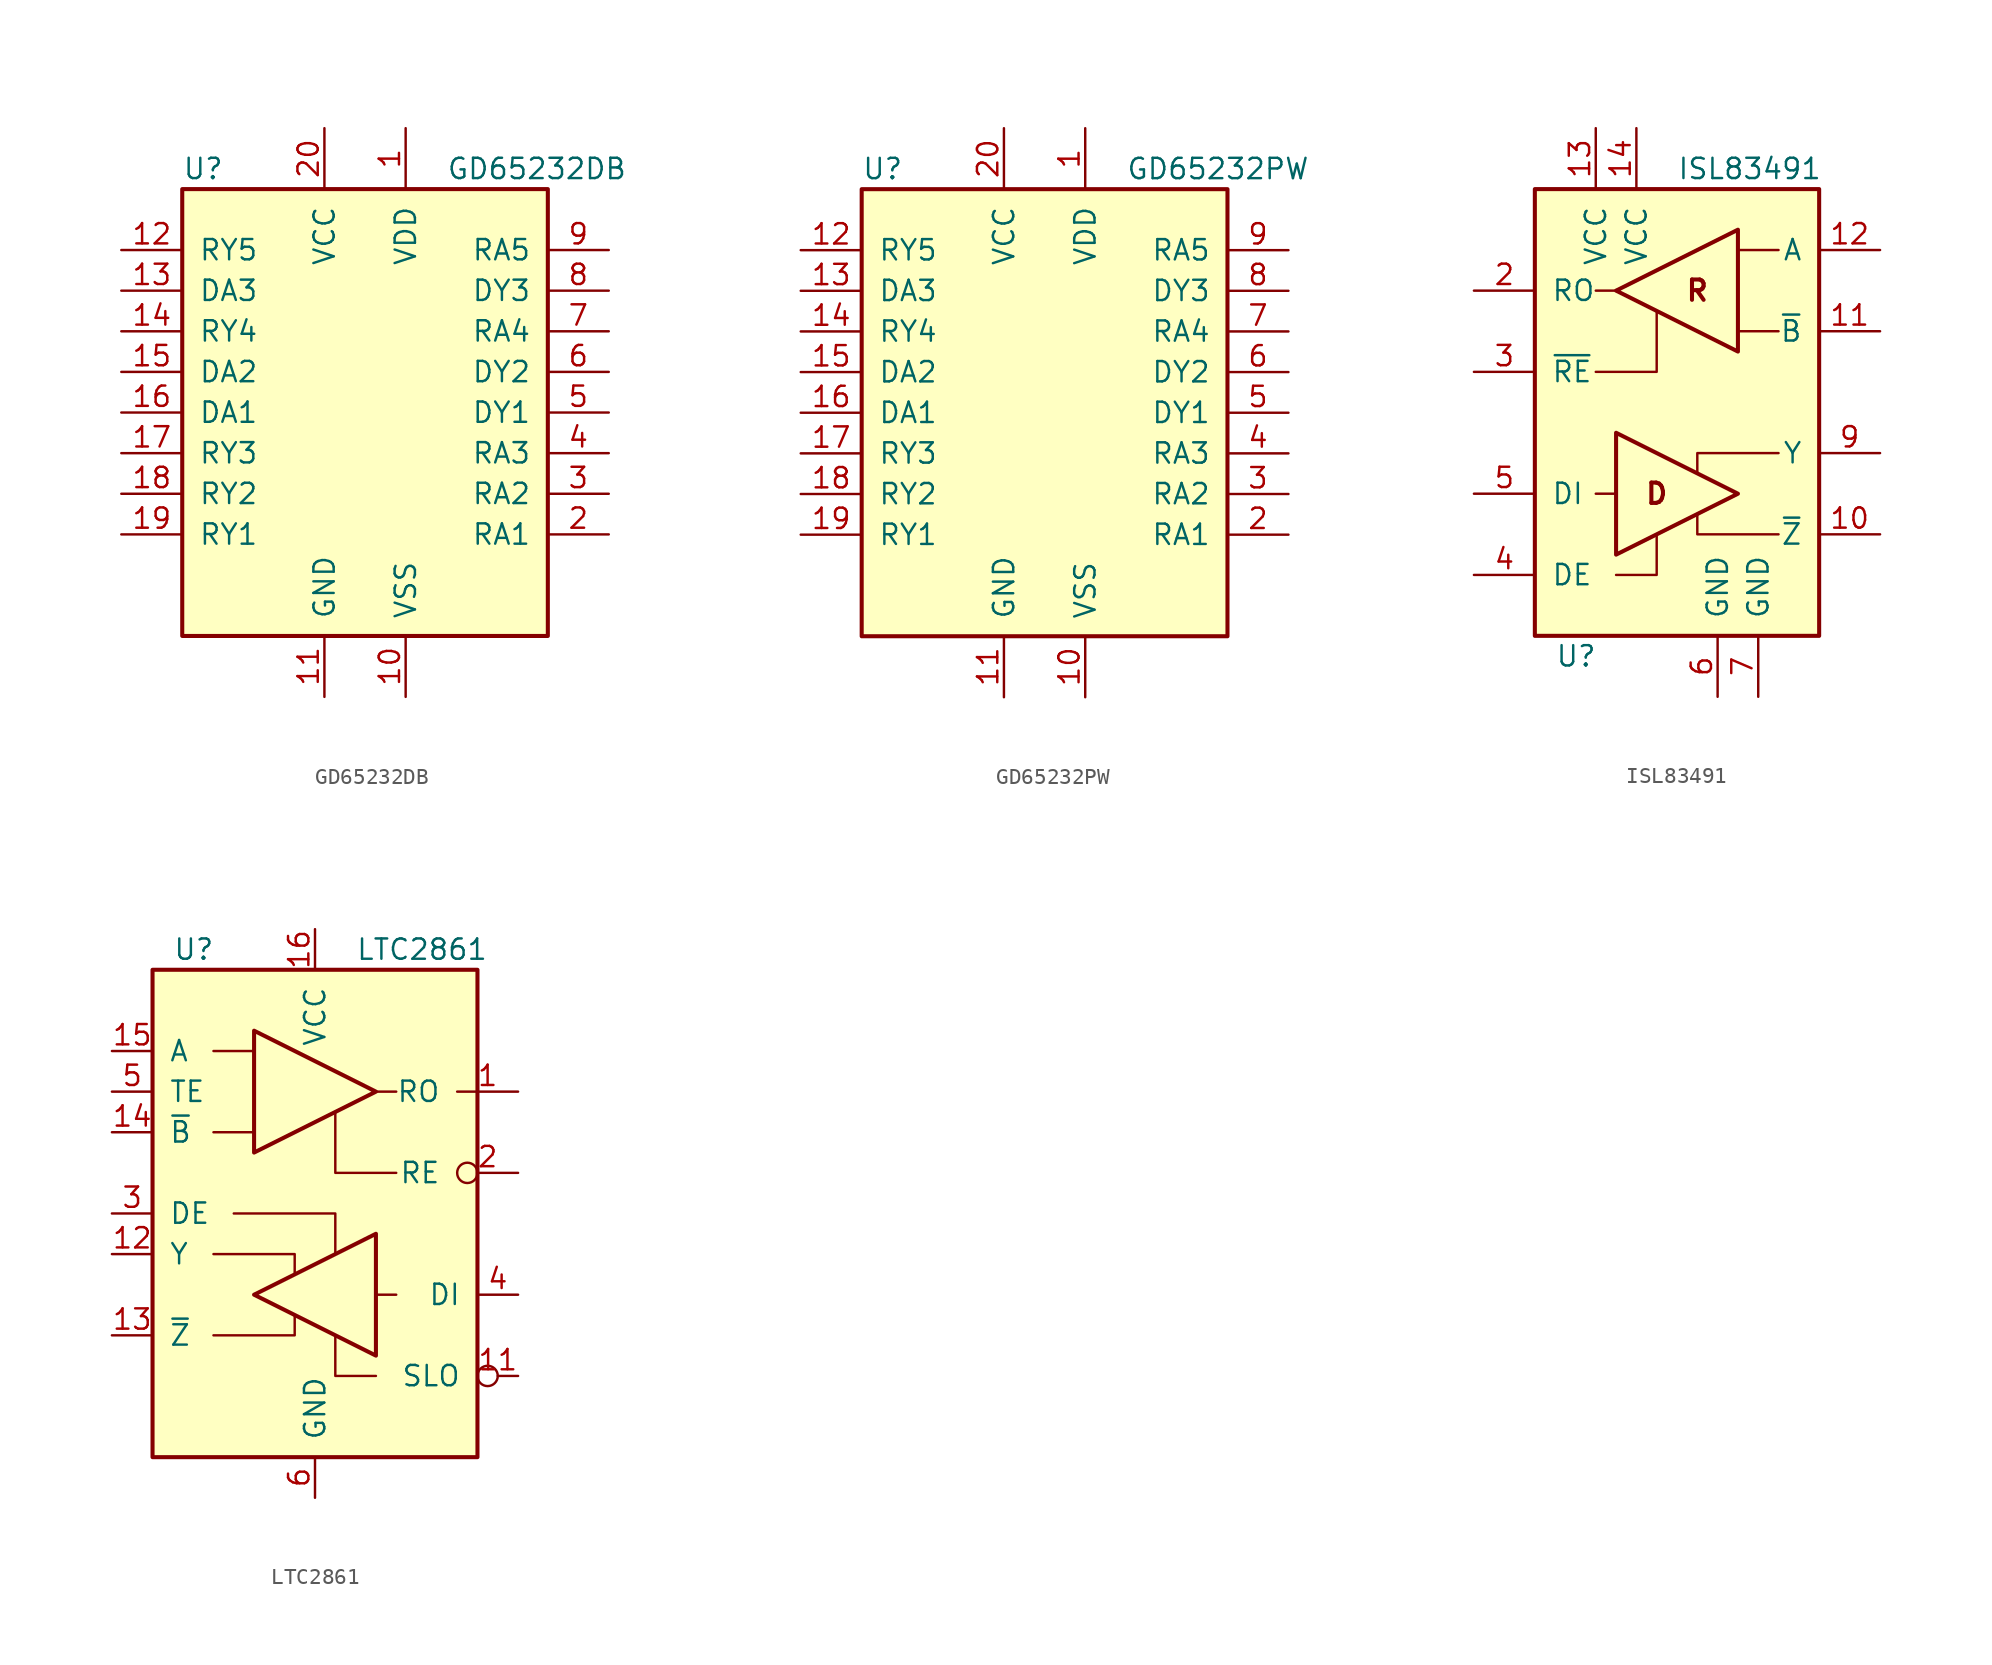
<source format=kicad_sym>
(kicad_symbol_lib
  (version 20201005)
  (generator kicad_symbol_editor)
  (symbol "GD65232DB"
    (pin_names
      (offset 1.016))
    (property "Reference" "U"
      (at -11.43 15.24 0)
      (effects (font (size 1.27 1.27)) (justify left)))
    (property "Value" "GD65232DB"
      (at 5.08 15.24 0)
      (effects (font (size 1.27 1.27)) (justify left)))
    (symbol "GD65232DB_0_1"
      (rectangle (start -11.43 13.97) (end 11.43 -13.97) (stroke (width 0.254)) (fill (type background))))
    (symbol "GD65232DB_1_1"
      (pin power_in line (at 2.54 17.78 270) (length 3.81) (name "VDD" (effects (font (size 1.27 1.27)))) (number "1" (effects (font (size 1.27 1.27)))))
      (pin power_in line (at 2.54 -17.78 90) (length 3.81) (name "VSS" (effects (font (size 1.27 1.27)))) (number "10" (effects (font (size 1.27 1.27)))))
      (pin power_in line (at -2.54 -17.78 90) (length 3.81) (name "GND" (effects (font (size 1.27 1.27)))) (number "11" (effects (font (size 1.27 1.27)))))
      (pin output line (at -15.24 10.16 0) (length 3.81) (name "RY5" (effects (font (size 1.27 1.27)))) (number "12" (effects (font (size 1.27 1.27)))))
      (pin input line (at -15.24 7.62 0) (length 3.81) (name "DA3" (effects (font (size 1.27 1.27)))) (number "13" (effects (font (size 1.27 1.27)))))
      (pin output line (at -15.24 5.08 0) (length 3.81) (name "RY4" (effects (font (size 1.27 1.27)))) (number "14" (effects (font (size 1.27 1.27)))))
      (pin input line (at -15.24 2.54 0) (length 3.81) (name "DA2" (effects (font (size 1.27 1.27)))) (number "15" (effects (font (size 1.27 1.27)))))
      (pin input line (at -15.24 0 0) (length 3.81) (name "DA1" (effects (font (size 1.27 1.27)))) (number "16" (effects (font (size 1.27 1.27)))))
      (pin output line (at -15.24 -2.54 0) (length 3.81) (name "RY3" (effects (font (size 1.27 1.27)))) (number "17" (effects (font (size 1.27 1.27)))))
      (pin output line (at -15.24 -5.08 0) (length 3.81) (name "RY2" (effects (font (size 1.27 1.27)))) (number "18" (effects (font (size 1.27 1.27)))))
      (pin output line (at -15.24 -7.62 0) (length 3.81) (name "RY1" (effects (font (size 1.27 1.27)))) (number "19" (effects (font (size 1.27 1.27)))))
      (pin input line (at 15.24 -7.62 180) (length 3.81) (name "RA1" (effects (font (size 1.27 1.27)))) (number "2" (effects (font (size 1.27 1.27)))))
      (pin power_in line (at -2.54 17.78 270) (length 3.81) (name "VCC" (effects (font (size 1.27 1.27)))) (number "20" (effects (font (size 1.27 1.27)))))
      (pin input line (at 15.24 -5.08 180) (length 3.81) (name "RA2" (effects (font (size 1.27 1.27)))) (number "3" (effects (font (size 1.27 1.27)))))
      (pin input line (at 15.24 -2.54 180) (length 3.81) (name "RA3" (effects (font (size 1.27 1.27)))) (number "4" (effects (font (size 1.27 1.27)))))
      (pin output line (at 15.24 0 180) (length 3.81) (name "DY1" (effects (font (size 1.27 1.27)))) (number "5" (effects (font (size 1.27 1.27)))))
      (pin output line (at 15.24 2.54 180) (length 3.81) (name "DY2" (effects (font (size 1.27 1.27)))) (number "6" (effects (font (size 1.27 1.27)))))
      (pin input line (at 15.24 5.08 180) (length 3.81) (name "RA4" (effects (font (size 1.27 1.27)))) (number "7" (effects (font (size 1.27 1.27)))))
      (pin output line (at 15.24 7.62 180) (length 3.81) (name "DY3" (effects (font (size 1.27 1.27)))) (number "8" (effects (font (size 1.27 1.27)))))
      (pin input line (at 15.24 10.16 180) (length 3.81) (name "RA5" (effects (font (size 1.27 1.27)))) (number "9" (effects (font (size 1.27 1.27)))))))
  (symbol "GD65232PW"
    (pin_names
      (offset 1.016))
    (property "Reference" "U"
      (at -11.43 15.24 0)
      (effects (font (size 1.27 1.27)) (justify left)))
    (property "Value" "GD65232PW"
      (at 5.08 15.24 0)
      (effects (font (size 1.27 1.27)) (justify left)))
    (symbol "GD65232PW_0_1"
      (rectangle (start -11.43 13.97) (end 11.43 -13.97) (stroke (width 0.254)) (fill (type background))))
    (symbol "GD65232PW_1_1"
      (pin power_in line (at 2.54 17.78 270) (length 3.81) (name "VDD" (effects (font (size 1.27 1.27)))) (number "1" (effects (font (size 1.27 1.27)))))
      (pin power_in line (at 2.54 -17.78 90) (length 3.81) (name "VSS" (effects (font (size 1.27 1.27)))) (number "10" (effects (font (size 1.27 1.27)))))
      (pin power_in line (at -2.54 -17.78 90) (length 3.81) (name "GND" (effects (font (size 1.27 1.27)))) (number "11" (effects (font (size 1.27 1.27)))))
      (pin output line (at -15.24 10.16 0) (length 3.81) (name "RY5" (effects (font (size 1.27 1.27)))) (number "12" (effects (font (size 1.27 1.27)))))
      (pin input line (at -15.24 7.62 0) (length 3.81) (name "DA3" (effects (font (size 1.27 1.27)))) (number "13" (effects (font (size 1.27 1.27)))))
      (pin output line (at -15.24 5.08 0) (length 3.81) (name "RY4" (effects (font (size 1.27 1.27)))) (number "14" (effects (font (size 1.27 1.27)))))
      (pin input line (at -15.24 2.54 0) (length 3.81) (name "DA2" (effects (font (size 1.27 1.27)))) (number "15" (effects (font (size 1.27 1.27)))))
      (pin input line (at -15.24 0 0) (length 3.81) (name "DA1" (effects (font (size 1.27 1.27)))) (number "16" (effects (font (size 1.27 1.27)))))
      (pin output line (at -15.24 -2.54 0) (length 3.81) (name "RY3" (effects (font (size 1.27 1.27)))) (number "17" (effects (font (size 1.27 1.27)))))
      (pin output line (at -15.24 -5.08 0) (length 3.81) (name "RY2" (effects (font (size 1.27 1.27)))) (number "18" (effects (font (size 1.27 1.27)))))
      (pin output line (at -15.24 -7.62 0) (length 3.81) (name "RY1" (effects (font (size 1.27 1.27)))) (number "19" (effects (font (size 1.27 1.27)))))
      (pin input line (at 15.24 -7.62 180) (length 3.81) (name "RA1" (effects (font (size 1.27 1.27)))) (number "2" (effects (font (size 1.27 1.27)))))
      (pin power_in line (at -2.54 17.78 270) (length 3.81) (name "VCC" (effects (font (size 1.27 1.27)))) (number "20" (effects (font (size 1.27 1.27)))))
      (pin input line (at 15.24 -5.08 180) (length 3.81) (name "RA2" (effects (font (size 1.27 1.27)))) (number "3" (effects (font (size 1.27 1.27)))))
      (pin input line (at 15.24 -2.54 180) (length 3.81) (name "RA3" (effects (font (size 1.27 1.27)))) (number "4" (effects (font (size 1.27 1.27)))))
      (pin output line (at 15.24 0 180) (length 3.81) (name "DY1" (effects (font (size 1.27 1.27)))) (number "5" (effects (font (size 1.27 1.27)))))
      (pin output line (at 15.24 2.54 180) (length 3.81) (name "DY2" (effects (font (size 1.27 1.27)))) (number "6" (effects (font (size 1.27 1.27)))))
      (pin input line (at 15.24 5.08 180) (length 3.81) (name "RA4" (effects (font (size 1.27 1.27)))) (number "7" (effects (font (size 1.27 1.27)))))
      (pin output line (at 15.24 7.62 180) (length 3.81) (name "DY3" (effects (font (size 1.27 1.27)))) (number "8" (effects (font (size 1.27 1.27)))))
      (pin input line (at 15.24 10.16 180) (length 3.81) (name "RA5" (effects (font (size 1.27 1.27)))) (number "9" (effects (font (size 1.27 1.27)))))))
  (symbol "ISL83491"
    (pin_names
      (offset 1.016))
    (property "Reference" "U"
      (at -7.62 -15.24 0)
      (effects (font (size 1.27 1.27)) (justify left)))
    (property "Value" "ISL83491"
      (at 0 15.24 0)
      (effects (font (size 1.27 1.27)) (justify left)))
    (symbol "ISL83491_0_0"
      (text "D" (at -1.27 -5.08 0) (effects (font (size 1.27 1.27) bold)))
      (text "R" (at 1.27 7.62 0) (effects (font (size 1.27 1.27) bold))))
    (symbol "ISL83491_0_1"
      (rectangle (start -8.89 13.97) (end 8.89 -13.97) (stroke (width 0.254)) (fill (type background)))
      (polyline (pts (xy -5.08 -5.08) (xy -3.81 -5.08)) (stroke (width 0)) (fill (type none)))
      (polyline (pts (xy -3.81 7.62) (xy -5.08 7.62)) (stroke (width 0)) (fill (type none)))
      (polyline (pts (xy 6.35 5.08) (xy 3.81 5.08) (xy 3.81 5.08)) (stroke (width 0)) (fill (type none)))
      (polyline (pts (xy 6.35 10.16) (xy 3.81 10.16) (xy 3.81 10.16)) (stroke (width 0)) (fill (type none)))
      (polyline (pts (xy -3.81 -10.16) (xy -1.27 -10.16) (xy -1.27 -7.62) (xy -1.27 -7.62)) (stroke (width 0)) (fill (type none)))
      (polyline (pts (xy -1.27 6.35) (xy -1.27 2.54) (xy -2.54 2.54) (xy -5.08 2.54)) (stroke (width 0)) (fill (type none)))
      (polyline (pts (xy 6.35 -7.62) (xy 1.27 -7.62) (xy 1.27 -6.35) (xy 1.27 -6.35)) (stroke (width 0)) (fill (type none)))
      (polyline (pts (xy 6.35 -2.54) (xy 1.27 -2.54) (xy 1.27 -3.81) (xy 1.27 -3.81)) (stroke (width 0)) (fill (type none)))
      (polyline (pts (xy -3.81 -1.27) (xy -3.81 -8.89) (xy 3.81 -5.08) (xy -3.81 -1.27) (xy -3.81 -1.27)) (stroke (width 0.254)) (fill (type none)))
      (polyline (pts (xy 3.81 11.43) (xy 3.81 3.81) (xy -3.81 7.62) (xy 3.81 11.43) (xy 3.81 11.43)) (stroke (width 0.254)) (fill (type none))))
    (symbol "ISL83491_1_1"
      (pin output line (at 12.7 -7.62 180) (length 3.81) (name "~Z~" (effects (font (size 1.27 1.27)))) (number "10" (effects (font (size 1.27 1.27)))))
      (pin input line (at 12.7 5.08 180) (length 3.81) (name "~B" (effects (font (size 1.27 1.27)))) (number "11" (effects (font (size 1.27 1.27)))))
      (pin input line (at 12.7 10.16 180) (length 3.81) (name "A" (effects (font (size 1.27 1.27)))) (number "12" (effects (font (size 1.27 1.27)))))
      (pin power_in line (at -5.08 17.78 270) (length 3.81) (name "VCC" (effects (font (size 1.27 1.27)))) (number "13" (effects (font (size 1.27 1.27)))))
      (pin power_in line (at -2.54 17.78 270) (length 3.81) (name "VCC" (effects (font (size 1.27 1.27)))) (number "14" (effects (font (size 1.27 1.27)))))
      (pin output line (at -12.7 7.62 0) (length 3.81) (name "RO" (effects (font (size 1.27 1.27)))) (number "2" (effects (font (size 1.27 1.27)))))
      (pin input line (at -12.7 2.54 0) (length 3.81) (name "~RE" (effects (font (size 1.27 1.27)))) (number "3" (effects (font (size 1.27 1.27)))))
      (pin input line (at -12.7 -10.16 0) (length 3.81) (name "DE" (effects (font (size 1.27 1.27)))) (number "4" (effects (font (size 1.27 1.27)))))
      (pin input line (at -12.7 -5.08 0) (length 3.81) (name "DI" (effects (font (size 1.27 1.27)))) (number "5" (effects (font (size 1.27 1.27)))))
      (pin power_in line (at 2.54 -17.78 90) (length 3.81) (name "GND" (effects (font (size 1.27 1.27)))) (number "6" (effects (font (size 1.27 1.27)))))
      (pin power_in line (at 5.08 -17.78 90) (length 3.81) (name "GND" (effects (font (size 1.27 1.27)))) (number "7" (effects (font (size 1.27 1.27)))))
      (pin output line (at 12.7 -2.54 180) (length 3.81) (name "Y" (effects (font (size 1.27 1.27)))) (number "9" (effects (font (size 1.27 1.27)))))))
  (symbol "LTC2861"
    (pin_names
      (offset 1.016))
    (property "Reference" "U"
      (at -8.89 16.51 0)
      (effects (font (size 1.27 1.27)) (justify left)))
    (property "Value" "LTC2861"
      (at 2.54 16.51 0)
      (effects (font (size 1.27 1.27)) (justify left)))
    (symbol "LTC2861_0_1"
      (rectangle (start -10.16 15.24) (end 10.16 -15.24) (stroke (width 0.254)) (fill (type background)))
      (polyline (pts (xy 3.81 7.62) (xy 5.08 7.62)) (stroke (width 0)) (fill (type none)))
      (polyline (pts (xy 5.08 -5.08) (xy 3.81 -5.08)) (stroke (width 0)) (fill (type none)))
      (polyline (pts (xy -6.35 5.08) (xy -3.81 5.08) (xy -3.81 5.08)) (stroke (width 0)) (fill (type none)))
      (polyline (pts (xy -6.35 10.16) (xy -3.81 10.16) (xy -3.81 10.16)) (stroke (width 0)) (fill (type none)))
      (polyline (pts (xy -6.35 -7.62) (xy -1.27 -7.62) (xy -1.27 -6.35) (xy -1.27 -6.35)) (stroke (width 0)) (fill (type none)))
      (polyline (pts (xy -6.35 -2.54) (xy -1.27 -2.54) (xy -1.27 -3.81) (xy -1.27 -3.81)) (stroke (width 0)) (fill (type none)))
      (polyline (pts (xy -5.08 0) (xy 1.27 0) (xy 1.27 -2.54) (xy 1.27 -2.54)) (stroke (width 0)) (fill (type none)))
      (polyline (pts (xy 1.27 6.35) (xy 1.27 2.54) (xy 2.54 2.54) (xy 5.08 2.54)) (stroke (width 0)) (fill (type none)))
      (polyline (pts (xy 3.81 -10.16) (xy 1.27 -10.16) (xy 1.27 -7.62) (xy 1.27 -7.62)) (stroke (width 0)) (fill (type none)))
      (polyline (pts (xy -3.81 11.43) (xy -3.81 3.81) (xy 3.81 7.62) (xy -3.81 11.43) (xy -3.81 11.43)) (stroke (width 0.254)) (fill (type none)))
      (polyline (pts (xy 3.81 -1.27) (xy 3.81 -8.89) (xy -3.81 -5.08) (xy 3.81 -1.27) (xy 3.81 -1.27)) (stroke (width 0.254)) (fill (type none))))
    (symbol "LTC2861_1_1"
      (pin output line (at 12.7 7.62 180) (length 3.81) (name "RO" (effects (font (size 1.27 1.27)))) (number "1" (effects (font (size 1.27 1.27)))))
      (pin input inverted (at 12.7 -10.16 180) (length 2.54) (name "SLO" (effects (font (size 1.27 1.27)))) (number "11" (effects (font (size 1.27 1.27)))))
      (pin output line (at -12.7 -2.54 0) (length 2.54) (name "Y" (effects (font (size 1.27 1.27)))) (number "12" (effects (font (size 1.27 1.27)))))
      (pin output line (at -12.7 -7.62 0) (length 2.54) (name "~Z~" (effects (font (size 1.27 1.27)))) (number "13" (effects (font (size 1.27 1.27)))))
      (pin input line (at -12.7 5.08 0) (length 2.54) (name "~B~" (effects (font (size 1.27 1.27)))) (number "14" (effects (font (size 1.27 1.27)))))
      (pin input line (at -12.7 10.16 0) (length 2.54) (name "A" (effects (font (size 1.27 1.27)))) (number "15" (effects (font (size 1.27 1.27)))))
      (pin power_in line (at 0 17.78 270) (length 2.54) (name "VCC" (effects (font (size 1.27 1.27)))) (number "16" (effects (font (size 1.27 1.27)))))
      (pin input inverted (at 12.7 2.54 180) (length 3.81) (name "RE" (effects (font (size 1.27 1.27)))) (number "2" (effects (font (size 1.27 1.27)))))
      (pin input line (at -12.7 0 0) (length 2.54) (name "DE" (effects (font (size 1.27 1.27)))) (number "3" (effects (font (size 1.27 1.27)))))
      (pin input line (at 12.7 -5.08 180) (length 2.54) (name "DI" (effects (font (size 1.27 1.27)))) (number "4" (effects (font (size 1.27 1.27)))))
      (pin input line (at -12.7 7.62 0) (length 2.54) (name "TE" (effects (font (size 1.27 1.27)))) (number "5" (effects (font (size 1.27 1.27)))))
      (pin power_in line (at 0 -17.78 90) (length 2.54) (name "GND" (effects (font (size 1.27 1.27)))) (number "6" (effects (font (size 1.27 1.27))))))))
</source>
